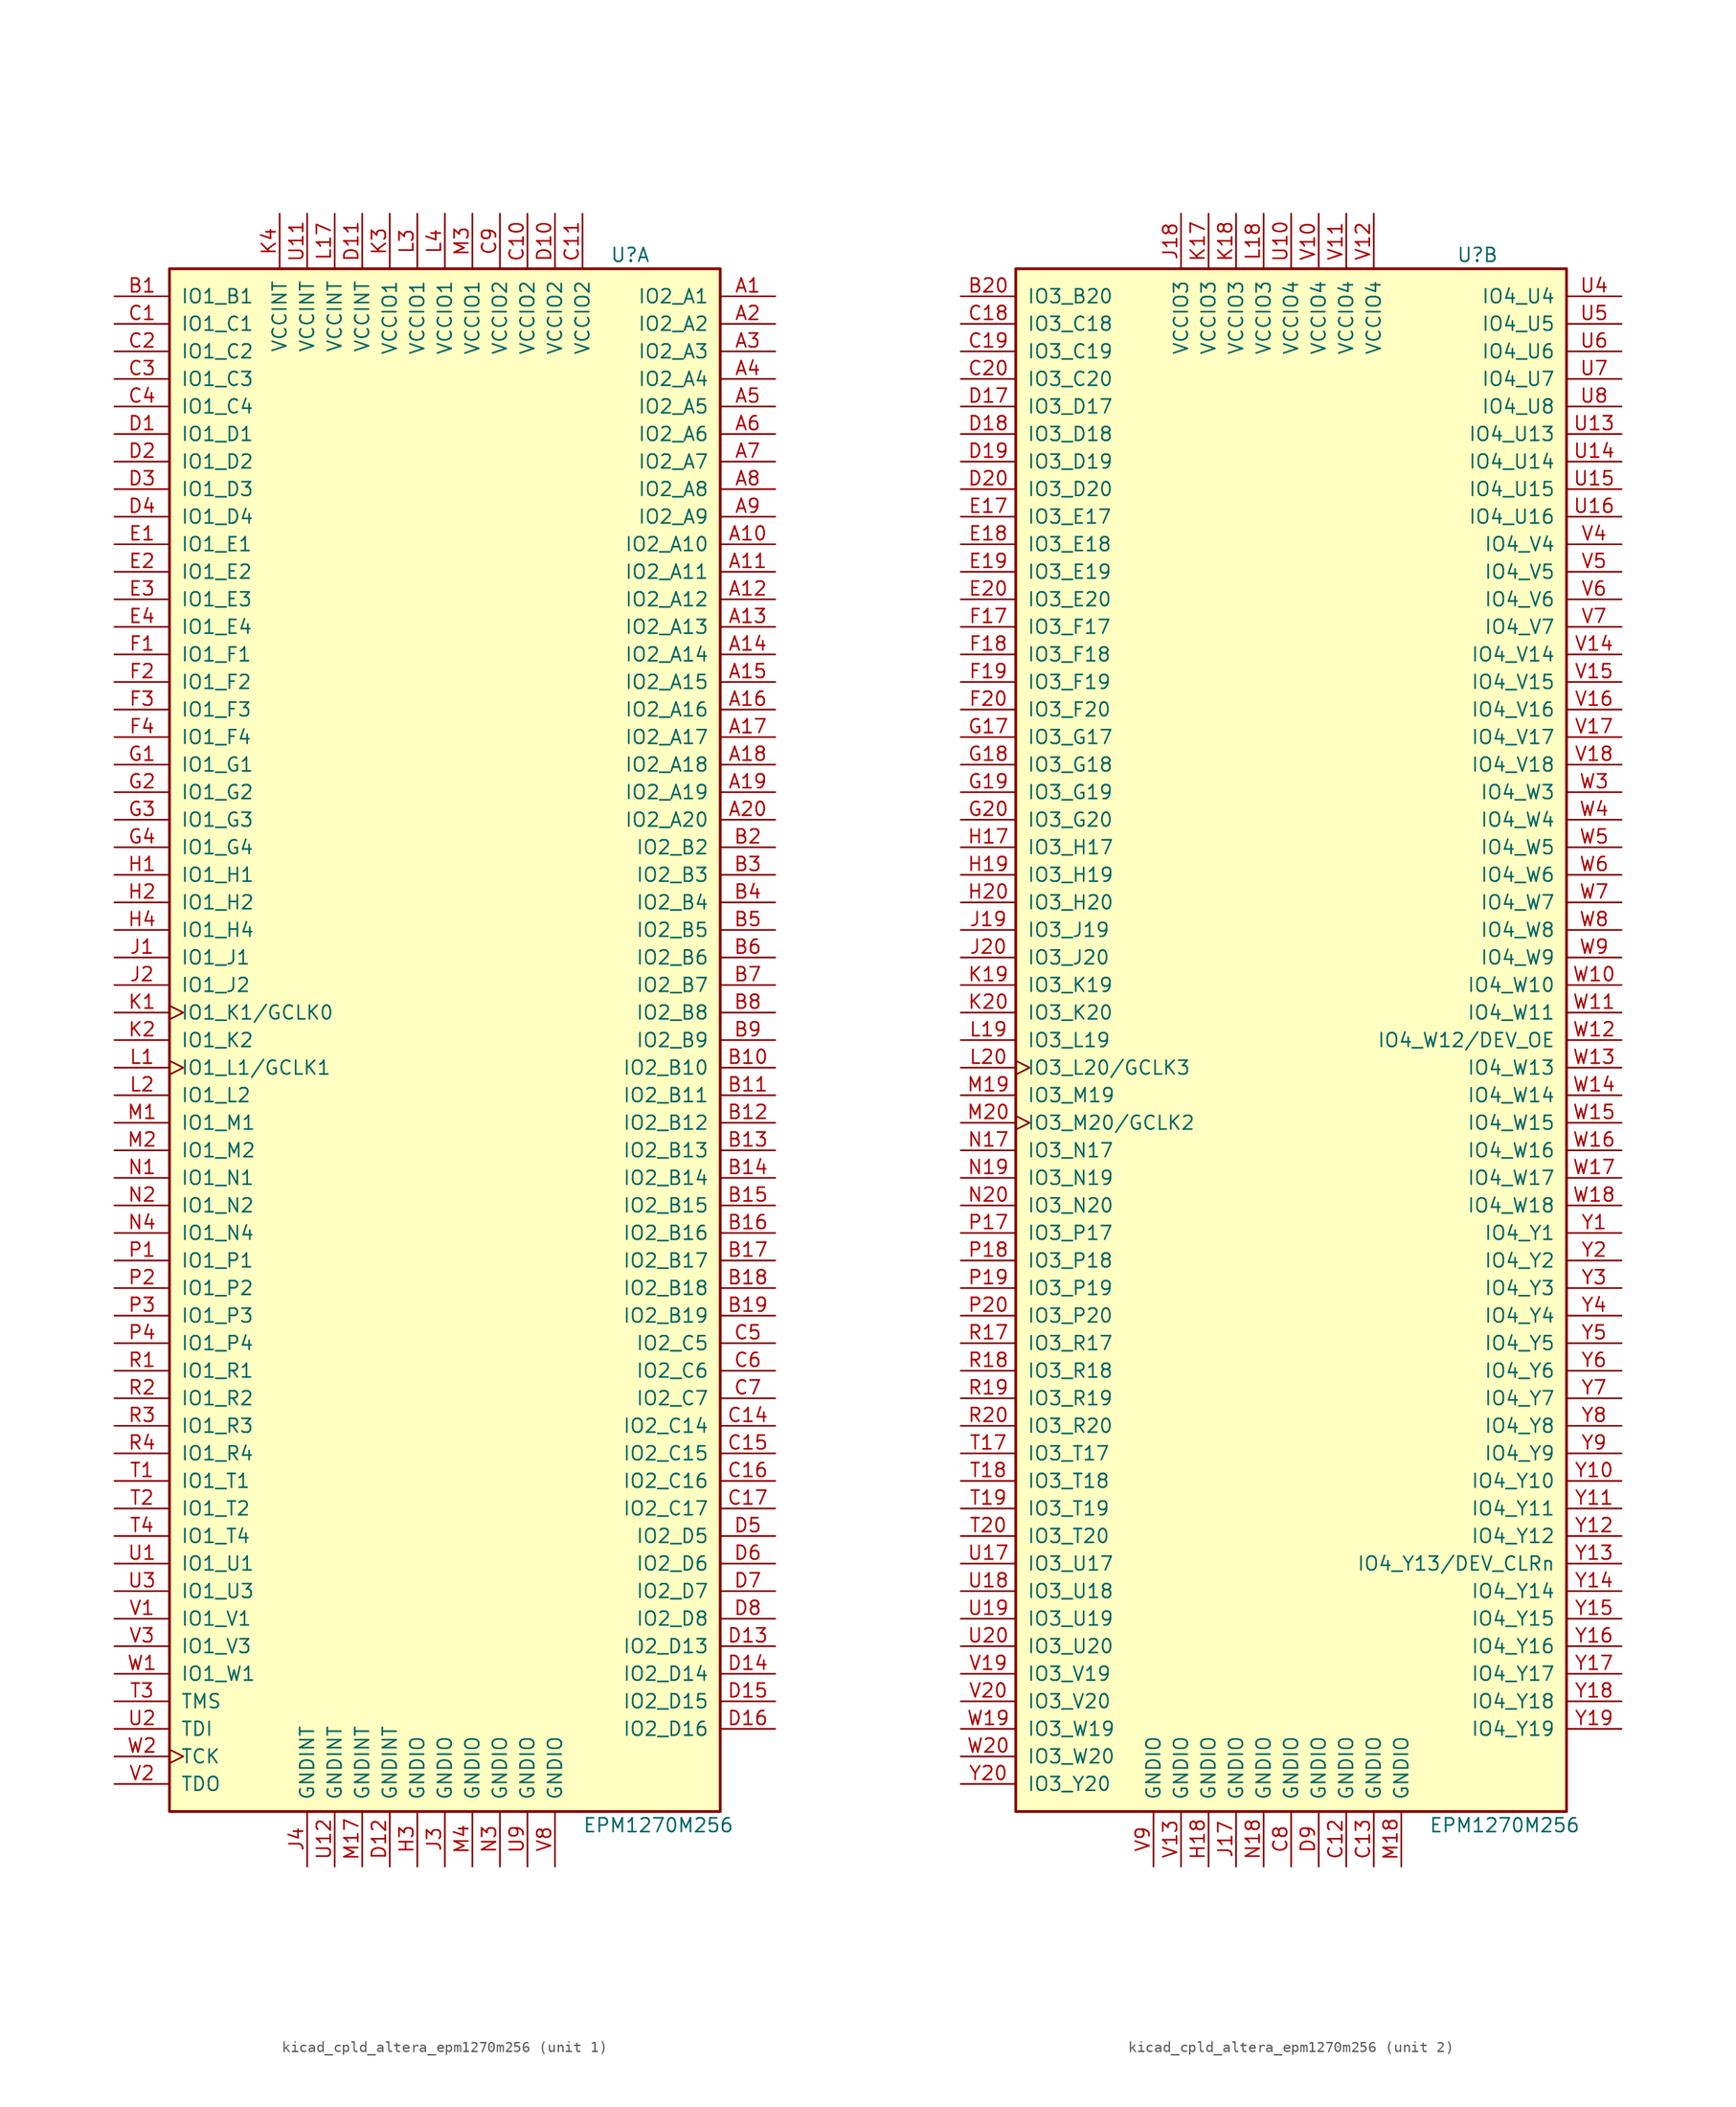
<source format=kicad_sym>
(kicad_symbol_lib
  (version 20220914)
  (generator kicad_symbol_editor)
  (symbol "kicad_cpld_altera_epm1270m256"
    (pin_names
      (offset 1.016))
    (property "Reference" "U"
      (at 15.24 72.39 0)
      (effects (font (size 1.27 1.27)) (justify left)))
    (property "Value" "EPM1270M256"
      (at 12.7 -72.39 0)
      (effects (font (size 1.27 1.27)) (justify left)))
    (property "ki_locked" ""
      (at 0 0 0)
      (effects (font (size 1.27 1.27))))
    (symbol "kicad_cpld_altera_epm1270m256_1_1"
      (rectangle (start -25.4 71.12) (end 25.4 -71.12) (stroke (width 0.254) (type default)) (fill (type background)))
      (pin bidirectional line (at 30.48 68.58 180) (length 5.08) (name "IO2_A1" (effects (font (size 1.27 1.27)))) (number "A1" (effects (font (size 1.27 1.27)))))
      (pin bidirectional line (at 30.48 45.72 180) (length 5.08) (name "IO2_A10" (effects (font (size 1.27 1.27)))) (number "A10" (effects (font (size 1.27 1.27)))))
      (pin bidirectional line (at 30.48 43.18 180) (length 5.08) (name "IO2_A11" (effects (font (size 1.27 1.27)))) (number "A11" (effects (font (size 1.27 1.27)))))
      (pin bidirectional line (at 30.48 40.64 180) (length 5.08) (name "IO2_A12" (effects (font (size 1.27 1.27)))) (number "A12" (effects (font (size 1.27 1.27)))))
      (pin bidirectional line (at 30.48 38.1 180) (length 5.08) (name "IO2_A13" (effects (font (size 1.27 1.27)))) (number "A13" (effects (font (size 1.27 1.27)))))
      (pin bidirectional line (at 30.48 35.56 180) (length 5.08) (name "IO2_A14" (effects (font (size 1.27 1.27)))) (number "A14" (effects (font (size 1.27 1.27)))))
      (pin bidirectional line (at 30.48 33.02 180) (length 5.08) (name "IO2_A15" (effects (font (size 1.27 1.27)))) (number "A15" (effects (font (size 1.27 1.27)))))
      (pin bidirectional line (at 30.48 30.48 180) (length 5.08) (name "IO2_A16" (effects (font (size 1.27 1.27)))) (number "A16" (effects (font (size 1.27 1.27)))))
      (pin bidirectional line (at 30.48 27.94 180) (length 5.08) (name "IO2_A17" (effects (font (size 1.27 1.27)))) (number "A17" (effects (font (size 1.27 1.27)))))
      (pin bidirectional line (at 30.48 25.4 180) (length 5.08) (name "IO2_A18" (effects (font (size 1.27 1.27)))) (number "A18" (effects (font (size 1.27 1.27)))))
      (pin bidirectional line (at 30.48 22.86 180) (length 5.08) (name "IO2_A19" (effects (font (size 1.27 1.27)))) (number "A19" (effects (font (size 1.27 1.27)))))
      (pin bidirectional line (at 30.48 66.04 180) (length 5.08) (name "IO2_A2" (effects (font (size 1.27 1.27)))) (number "A2" (effects (font (size 1.27 1.27)))))
      (pin bidirectional line (at 30.48 20.32 180) (length 5.08) (name "IO2_A20" (effects (font (size 1.27 1.27)))) (number "A20" (effects (font (size 1.27 1.27)))))
      (pin bidirectional line (at 30.48 63.5 180) (length 5.08) (name "IO2_A3" (effects (font (size 1.27 1.27)))) (number "A3" (effects (font (size 1.27 1.27)))))
      (pin bidirectional line (at 30.48 60.96 180) (length 5.08) (name "IO2_A4" (effects (font (size 1.27 1.27)))) (number "A4" (effects (font (size 1.27 1.27)))))
      (pin bidirectional line (at 30.48 58.42 180) (length 5.08) (name "IO2_A5" (effects (font (size 1.27 1.27)))) (number "A5" (effects (font (size 1.27 1.27)))))
      (pin bidirectional line (at 30.48 55.88 180) (length 5.08) (name "IO2_A6" (effects (font (size 1.27 1.27)))) (number "A6" (effects (font (size 1.27 1.27)))))
      (pin bidirectional line (at 30.48 53.34 180) (length 5.08) (name "IO2_A7" (effects (font (size 1.27 1.27)))) (number "A7" (effects (font (size 1.27 1.27)))))
      (pin bidirectional line (at 30.48 50.8 180) (length 5.08) (name "IO2_A8" (effects (font (size 1.27 1.27)))) (number "A8" (effects (font (size 1.27 1.27)))))
      (pin bidirectional line (at 30.48 48.26 180) (length 5.08) (name "IO2_A9" (effects (font (size 1.27 1.27)))) (number "A9" (effects (font (size 1.27 1.27)))))
      (pin bidirectional line (at -30.48 68.58 0) (length 5.08) (name "IO1_B1" (effects (font (size 1.27 1.27)))) (number "B1" (effects (font (size 1.27 1.27)))))
      (pin bidirectional line (at 30.48 -2.54 180) (length 5.08) (name "IO2_B10" (effects (font (size 1.27 1.27)))) (number "B10" (effects (font (size 1.27 1.27)))))
      (pin bidirectional line (at 30.48 -5.08 180) (length 5.08) (name "IO2_B11" (effects (font (size 1.27 1.27)))) (number "B11" (effects (font (size 1.27 1.27)))))
      (pin bidirectional line (at 30.48 -7.62 180) (length 5.08) (name "IO2_B12" (effects (font (size 1.27 1.27)))) (number "B12" (effects (font (size 1.27 1.27)))))
      (pin bidirectional line (at 30.48 -10.16 180) (length 5.08) (name "IO2_B13" (effects (font (size 1.27 1.27)))) (number "B13" (effects (font (size 1.27 1.27)))))
      (pin bidirectional line (at 30.48 -12.7 180) (length 5.08) (name "IO2_B14" (effects (font (size 1.27 1.27)))) (number "B14" (effects (font (size 1.27 1.27)))))
      (pin bidirectional line (at 30.48 -15.24 180) (length 5.08) (name "IO2_B15" (effects (font (size 1.27 1.27)))) (number "B15" (effects (font (size 1.27 1.27)))))
      (pin bidirectional line (at 30.48 -17.78 180) (length 5.08) (name "IO2_B16" (effects (font (size 1.27 1.27)))) (number "B16" (effects (font (size 1.27 1.27)))))
      (pin bidirectional line (at 30.48 -20.32 180) (length 5.08) (name "IO2_B17" (effects (font (size 1.27 1.27)))) (number "B17" (effects (font (size 1.27 1.27)))))
      (pin bidirectional line (at 30.48 -22.86 180) (length 5.08) (name "IO2_B18" (effects (font (size 1.27 1.27)))) (number "B18" (effects (font (size 1.27 1.27)))))
      (pin bidirectional line (at 30.48 -25.4 180) (length 5.08) (name "IO2_B19" (effects (font (size 1.27 1.27)))) (number "B19" (effects (font (size 1.27 1.27)))))
      (pin bidirectional line (at 30.48 17.78 180) (length 5.08) (name "IO2_B2" (effects (font (size 1.27 1.27)))) (number "B2" (effects (font (size 1.27 1.27)))))
      (pin bidirectional line (at 30.48 15.24 180) (length 5.08) (name "IO2_B3" (effects (font (size 1.27 1.27)))) (number "B3" (effects (font (size 1.27 1.27)))))
      (pin bidirectional line (at 30.48 12.7 180) (length 5.08) (name "IO2_B4" (effects (font (size 1.27 1.27)))) (number "B4" (effects (font (size 1.27 1.27)))))
      (pin bidirectional line (at 30.48 10.16 180) (length 5.08) (name "IO2_B5" (effects (font (size 1.27 1.27)))) (number "B5" (effects (font (size 1.27 1.27)))))
      (pin bidirectional line (at 30.48 7.62 180) (length 5.08) (name "IO2_B6" (effects (font (size 1.27 1.27)))) (number "B6" (effects (font (size 1.27 1.27)))))
      (pin bidirectional line (at 30.48 5.08 180) (length 5.08) (name "IO2_B7" (effects (font (size 1.27 1.27)))) (number "B7" (effects (font (size 1.27 1.27)))))
      (pin bidirectional line (at 30.48 2.54 180) (length 5.08) (name "IO2_B8" (effects (font (size 1.27 1.27)))) (number "B8" (effects (font (size 1.27 1.27)))))
      (pin bidirectional line (at 30.48 0 180) (length 5.08) (name "IO2_B9" (effects (font (size 1.27 1.27)))) (number "B9" (effects (font (size 1.27 1.27)))))
      (pin bidirectional line (at -30.48 66.04 0) (length 5.08) (name "IO1_C1" (effects (font (size 1.27 1.27)))) (number "C1" (effects (font (size 1.27 1.27)))))
      (pin power_in line (at 7.62 76.2 270) (length 5.08) (name "VCCIO2" (effects (font (size 1.27 1.27)))) (number "C10" (effects (font (size 1.27 1.27)))))
      (pin power_in line (at 12.7 76.2 270) (length 5.08) (name "VCCIO2" (effects (font (size 1.27 1.27)))) (number "C11" (effects (font (size 1.27 1.27)))))
      (pin bidirectional line (at 30.48 -35.56 180) (length 5.08) (name "IO2_C14" (effects (font (size 1.27 1.27)))) (number "C14" (effects (font (size 1.27 1.27)))))
      (pin bidirectional line (at 30.48 -38.1 180) (length 5.08) (name "IO2_C15" (effects (font (size 1.27 1.27)))) (number "C15" (effects (font (size 1.27 1.27)))))
      (pin bidirectional line (at 30.48 -40.64 180) (length 5.08) (name "IO2_C16" (effects (font (size 1.27 1.27)))) (number "C16" (effects (font (size 1.27 1.27)))))
      (pin bidirectional line (at 30.48 -43.18 180) (length 5.08) (name "IO2_C17" (effects (font (size 1.27 1.27)))) (number "C17" (effects (font (size 1.27 1.27)))))
      (pin bidirectional line (at -30.48 63.5 0) (length 5.08) (name "IO1_C2" (effects (font (size 1.27 1.27)))) (number "C2" (effects (font (size 1.27 1.27)))))
      (pin bidirectional line (at -30.48 60.96 0) (length 5.08) (name "IO1_C3" (effects (font (size 1.27 1.27)))) (number "C3" (effects (font (size 1.27 1.27)))))
      (pin bidirectional line (at -30.48 58.42 0) (length 5.08) (name "IO1_C4" (effects (font (size 1.27 1.27)))) (number "C4" (effects (font (size 1.27 1.27)))))
      (pin bidirectional line (at 30.48 -27.94 180) (length 5.08) (name "IO2_C5" (effects (font (size 1.27 1.27)))) (number "C5" (effects (font (size 1.27 1.27)))))
      (pin bidirectional line (at 30.48 -30.48 180) (length 5.08) (name "IO2_C6" (effects (font (size 1.27 1.27)))) (number "C6" (effects (font (size 1.27 1.27)))))
      (pin bidirectional line (at 30.48 -33.02 180) (length 5.08) (name "IO2_C7" (effects (font (size 1.27 1.27)))) (number "C7" (effects (font (size 1.27 1.27)))))
      (pin power_in line (at 5.08 76.2 270) (length 5.08) (name "VCCIO2" (effects (font (size 1.27 1.27)))) (number "C9" (effects (font (size 1.27 1.27)))))
      (pin bidirectional line (at -30.48 55.88 0) (length 5.08) (name "IO1_D1" (effects (font (size 1.27 1.27)))) (number "D1" (effects (font (size 1.27 1.27)))))
      (pin power_in line (at 10.16 76.2 270) (length 5.08) (name "VCCIO2" (effects (font (size 1.27 1.27)))) (number "D10" (effects (font (size 1.27 1.27)))))
      (pin power_in line (at -7.62 76.2 270) (length 5.08) (name "VCCINT" (effects (font (size 1.27 1.27)))) (number "D11" (effects (font (size 1.27 1.27)))))
      (pin power_in line (at -5.08 -76.2 90) (length 5.08) (name "GNDINT" (effects (font (size 1.27 1.27)))) (number "D12" (effects (font (size 1.27 1.27)))))
      (pin bidirectional line (at 30.48 -55.88 180) (length 5.08) (name "IO2_D13" (effects (font (size 1.27 1.27)))) (number "D13" (effects (font (size 1.27 1.27)))))
      (pin bidirectional line (at 30.48 -58.42 180) (length 5.08) (name "IO2_D14" (effects (font (size 1.27 1.27)))) (number "D14" (effects (font (size 1.27 1.27)))))
      (pin bidirectional line (at 30.48 -60.96 180) (length 5.08) (name "IO2_D15" (effects (font (size 1.27 1.27)))) (number "D15" (effects (font (size 1.27 1.27)))))
      (pin bidirectional line (at 30.48 -63.5 180) (length 5.08) (name "IO2_D16" (effects (font (size 1.27 1.27)))) (number "D16" (effects (font (size 1.27 1.27)))))
      (pin bidirectional line (at -30.48 53.34 0) (length 5.08) (name "IO1_D2" (effects (font (size 1.27 1.27)))) (number "D2" (effects (font (size 1.27 1.27)))))
      (pin bidirectional line (at -30.48 50.8 0) (length 5.08) (name "IO1_D3" (effects (font (size 1.27 1.27)))) (number "D3" (effects (font (size 1.27 1.27)))))
      (pin bidirectional line (at -30.48 48.26 0) (length 5.08) (name "IO1_D4" (effects (font (size 1.27 1.27)))) (number "D4" (effects (font (size 1.27 1.27)))))
      (pin bidirectional line (at 30.48 -45.72 180) (length 5.08) (name "IO2_D5" (effects (font (size 1.27 1.27)))) (number "D5" (effects (font (size 1.27 1.27)))))
      (pin bidirectional line (at 30.48 -48.26 180) (length 5.08) (name "IO2_D6" (effects (font (size 1.27 1.27)))) (number "D6" (effects (font (size 1.27 1.27)))))
      (pin bidirectional line (at 30.48 -50.8 180) (length 5.08) (name "IO2_D7" (effects (font (size 1.27 1.27)))) (number "D7" (effects (font (size 1.27 1.27)))))
      (pin bidirectional line (at 30.48 -53.34 180) (length 5.08) (name "IO2_D8" (effects (font (size 1.27 1.27)))) (number "D8" (effects (font (size 1.27 1.27)))))
      (pin bidirectional line (at -30.48 45.72 0) (length 5.08) (name "IO1_E1" (effects (font (size 1.27 1.27)))) (number "E1" (effects (font (size 1.27 1.27)))))
      (pin bidirectional line (at -30.48 43.18 0) (length 5.08) (name "IO1_E2" (effects (font (size 1.27 1.27)))) (number "E2" (effects (font (size 1.27 1.27)))))
      (pin bidirectional line (at -30.48 40.64 0) (length 5.08) (name "IO1_E3" (effects (font (size 1.27 1.27)))) (number "E3" (effects (font (size 1.27 1.27)))))
      (pin bidirectional line (at -30.48 38.1 0) (length 5.08) (name "IO1_E4" (effects (font (size 1.27 1.27)))) (number "E4" (effects (font (size 1.27 1.27)))))
      (pin bidirectional line (at -30.48 35.56 0) (length 5.08) (name "IO1_F1" (effects (font (size 1.27 1.27)))) (number "F1" (effects (font (size 1.27 1.27)))))
      (pin bidirectional line (at -30.48 33.02 0) (length 5.08) (name "IO1_F2" (effects (font (size 1.27 1.27)))) (number "F2" (effects (font (size 1.27 1.27)))))
      (pin bidirectional line (at -30.48 30.48 0) (length 5.08) (name "IO1_F3" (effects (font (size 1.27 1.27)))) (number "F3" (effects (font (size 1.27 1.27)))))
      (pin bidirectional line (at -30.48 27.94 0) (length 5.08) (name "IO1_F4" (effects (font (size 1.27 1.27)))) (number "F4" (effects (font (size 1.27 1.27)))))
      (pin bidirectional line (at -30.48 25.4 0) (length 5.08) (name "IO1_G1" (effects (font (size 1.27 1.27)))) (number "G1" (effects (font (size 1.27 1.27)))))
      (pin bidirectional line (at -30.48 22.86 0) (length 5.08) (name "IO1_G2" (effects (font (size 1.27 1.27)))) (number "G2" (effects (font (size 1.27 1.27)))))
      (pin bidirectional line (at -30.48 20.32 0) (length 5.08) (name "IO1_G3" (effects (font (size 1.27 1.27)))) (number "G3" (effects (font (size 1.27 1.27)))))
      (pin bidirectional line (at -30.48 17.78 0) (length 5.08) (name "IO1_G4" (effects (font (size 1.27 1.27)))) (number "G4" (effects (font (size 1.27 1.27)))))
      (pin bidirectional line (at -30.48 15.24 0) (length 5.08) (name "IO1_H1" (effects (font (size 1.27 1.27)))) (number "H1" (effects (font (size 1.27 1.27)))))
      (pin bidirectional line (at -30.48 12.7 0) (length 5.08) (name "IO1_H2" (effects (font (size 1.27 1.27)))) (number "H2" (effects (font (size 1.27 1.27)))))
      (pin power_in line (at -2.54 -76.2 90) (length 5.08) (name "GNDIO" (effects (font (size 1.27 1.27)))) (number "H3" (effects (font (size 1.27 1.27)))))
      (pin bidirectional line (at -30.48 10.16 0) (length 5.08) (name "IO1_H4" (effects (font (size 1.27 1.27)))) (number "H4" (effects (font (size 1.27 1.27)))))
      (pin bidirectional line (at -30.48 7.62 0) (length 5.08) (name "IO1_J1" (effects (font (size 1.27 1.27)))) (number "J1" (effects (font (size 1.27 1.27)))))
      (pin bidirectional line (at -30.48 5.08 0) (length 5.08) (name "IO1_J2" (effects (font (size 1.27 1.27)))) (number "J2" (effects (font (size 1.27 1.27)))))
      (pin power_in line (at 0 -76.2 90) (length 5.08) (name "GNDIO" (effects (font (size 1.27 1.27)))) (number "J3" (effects (font (size 1.27 1.27)))))
      (pin power_in line (at -12.7 -76.2 90) (length 5.08) (name "GNDINT" (effects (font (size 1.27 1.27)))) (number "J4" (effects (font (size 1.27 1.27)))))
      (pin bidirectional clock (at -30.48 2.54 0) (length 5.08) (name "IO1_K1/GCLK0" (effects (font (size 1.27 1.27)))) (number "K1" (effects (font (size 1.27 1.27)))))
      (pin bidirectional line (at -30.48 0 0) (length 5.08) (name "IO1_K2" (effects (font (size 1.27 1.27)))) (number "K2" (effects (font (size 1.27 1.27)))))
      (pin power_in line (at -5.08 76.2 270) (length 5.08) (name "VCCIO1" (effects (font (size 1.27 1.27)))) (number "K3" (effects (font (size 1.27 1.27)))))
      (pin power_in line (at -15.24 76.2 270) (length 5.08) (name "VCCINT" (effects (font (size 1.27 1.27)))) (number "K4" (effects (font (size 1.27 1.27)))))
      (pin bidirectional clock (at -30.48 -2.54 0) (length 5.08) (name "IO1_L1/GCLK1" (effects (font (size 1.27 1.27)))) (number "L1" (effects (font (size 1.27 1.27)))))
      (pin power_in line (at -10.16 76.2 270) (length 5.08) (name "VCCINT" (effects (font (size 1.27 1.27)))) (number "L17" (effects (font (size 1.27 1.27)))))
      (pin bidirectional line (at -30.48 -5.08 0) (length 5.08) (name "IO1_L2" (effects (font (size 1.27 1.27)))) (number "L2" (effects (font (size 1.27 1.27)))))
      (pin power_in line (at -2.54 76.2 270) (length 5.08) (name "VCCIO1" (effects (font (size 1.27 1.27)))) (number "L3" (effects (font (size 1.27 1.27)))))
      (pin power_in line (at 0 76.2 270) (length 5.08) (name "VCCIO1" (effects (font (size 1.27 1.27)))) (number "L4" (effects (font (size 1.27 1.27)))))
      (pin bidirectional line (at -30.48 -7.62 0) (length 5.08) (name "IO1_M1" (effects (font (size 1.27 1.27)))) (number "M1" (effects (font (size 1.27 1.27)))))
      (pin power_in line (at -7.62 -76.2 90) (length 5.08) (name "GNDINT" (effects (font (size 1.27 1.27)))) (number "M17" (effects (font (size 1.27 1.27)))))
      (pin bidirectional line (at -30.48 -10.16 0) (length 5.08) (name "IO1_M2" (effects (font (size 1.27 1.27)))) (number "M2" (effects (font (size 1.27 1.27)))))
      (pin power_in line (at 2.54 76.2 270) (length 5.08) (name "VCCIO1" (effects (font (size 1.27 1.27)))) (number "M3" (effects (font (size 1.27 1.27)))))
      (pin power_in line (at 2.54 -76.2 90) (length 5.08) (name "GNDIO" (effects (font (size 1.27 1.27)))) (number "M4" (effects (font (size 1.27 1.27)))))
      (pin bidirectional line (at -30.48 -12.7 0) (length 5.08) (name "IO1_N1" (effects (font (size 1.27 1.27)))) (number "N1" (effects (font (size 1.27 1.27)))))
      (pin bidirectional line (at -30.48 -15.24 0) (length 5.08) (name "IO1_N2" (effects (font (size 1.27 1.27)))) (number "N2" (effects (font (size 1.27 1.27)))))
      (pin power_in line (at 5.08 -76.2 90) (length 5.08) (name "GNDIO" (effects (font (size 1.27 1.27)))) (number "N3" (effects (font (size 1.27 1.27)))))
      (pin bidirectional line (at -30.48 -17.78 0) (length 5.08) (name "IO1_N4" (effects (font (size 1.27 1.27)))) (number "N4" (effects (font (size 1.27 1.27)))))
      (pin bidirectional line (at -30.48 -20.32 0) (length 5.08) (name "IO1_P1" (effects (font (size 1.27 1.27)))) (number "P1" (effects (font (size 1.27 1.27)))))
      (pin bidirectional line (at -30.48 -22.86 0) (length 5.08) (name "IO1_P2" (effects (font (size 1.27 1.27)))) (number "P2" (effects (font (size 1.27 1.27)))))
      (pin bidirectional line (at -30.48 -25.4 0) (length 5.08) (name "IO1_P3" (effects (font (size 1.27 1.27)))) (number "P3" (effects (font (size 1.27 1.27)))))
      (pin bidirectional line (at -30.48 -27.94 0) (length 5.08) (name "IO1_P4" (effects (font (size 1.27 1.27)))) (number "P4" (effects (font (size 1.27 1.27)))))
      (pin bidirectional line (at -30.48 -30.48 0) (length 5.08) (name "IO1_R1" (effects (font (size 1.27 1.27)))) (number "R1" (effects (font (size 1.27 1.27)))))
      (pin bidirectional line (at -30.48 -33.02 0) (length 5.08) (name "IO1_R2" (effects (font (size 1.27 1.27)))) (number "R2" (effects (font (size 1.27 1.27)))))
      (pin bidirectional line (at -30.48 -35.56 0) (length 5.08) (name "IO1_R3" (effects (font (size 1.27 1.27)))) (number "R3" (effects (font (size 1.27 1.27)))))
      (pin bidirectional line (at -30.48 -38.1 0) (length 5.08) (name "IO1_R4" (effects (font (size 1.27 1.27)))) (number "R4" (effects (font (size 1.27 1.27)))))
      (pin bidirectional line (at -30.48 -40.64 0) (length 5.08) (name "IO1_T1" (effects (font (size 1.27 1.27)))) (number "T1" (effects (font (size 1.27 1.27)))))
      (pin bidirectional line (at -30.48 -43.18 0) (length 5.08) (name "IO1_T2" (effects (font (size 1.27 1.27)))) (number "T2" (effects (font (size 1.27 1.27)))))
      (pin input line (at -30.48 -60.96 0) (length 5.08) (name "TMS" (effects (font (size 1.27 1.27)))) (number "T3" (effects (font (size 1.27 1.27)))))
      (pin bidirectional line (at -30.48 -45.72 0) (length 5.08) (name "IO1_T4" (effects (font (size 1.27 1.27)))) (number "T4" (effects (font (size 1.27 1.27)))))
      (pin bidirectional line (at -30.48 -48.26 0) (length 5.08) (name "IO1_U1" (effects (font (size 1.27 1.27)))) (number "U1" (effects (font (size 1.27 1.27)))))
      (pin power_in line (at -12.7 76.2 270) (length 5.08) (name "VCCINT" (effects (font (size 1.27 1.27)))) (number "U11" (effects (font (size 1.27 1.27)))))
      (pin power_in line (at -10.16 -76.2 90) (length 5.08) (name "GNDINT" (effects (font (size 1.27 1.27)))) (number "U12" (effects (font (size 1.27 1.27)))))
      (pin input line (at -30.48 -63.5 0) (length 5.08) (name "TDI" (effects (font (size 1.27 1.27)))) (number "U2" (effects (font (size 1.27 1.27)))))
      (pin bidirectional line (at -30.48 -50.8 0) (length 5.08) (name "IO1_U3" (effects (font (size 1.27 1.27)))) (number "U3" (effects (font (size 1.27 1.27)))))
      (pin power_in line (at 7.62 -76.2 90) (length 5.08) (name "GNDIO" (effects (font (size 1.27 1.27)))) (number "U9" (effects (font (size 1.27 1.27)))))
      (pin bidirectional line (at -30.48 -53.34 0) (length 5.08) (name "IO1_V1" (effects (font (size 1.27 1.27)))) (number "V1" (effects (font (size 1.27 1.27)))))
      (pin output line (at -30.48 -68.58 0) (length 5.08) (name "TDO" (effects (font (size 1.27 1.27)))) (number "V2" (effects (font (size 1.27 1.27)))))
      (pin bidirectional line (at -30.48 -55.88 0) (length 5.08) (name "IO1_V3" (effects (font (size 1.27 1.27)))) (number "V3" (effects (font (size 1.27 1.27)))))
      (pin power_in line (at 10.16 -76.2 90) (length 5.08) (name "GNDIO" (effects (font (size 1.27 1.27)))) (number "V8" (effects (font (size 1.27 1.27)))))
      (pin bidirectional line (at -30.48 -58.42 0) (length 5.08) (name "IO1_W1" (effects (font (size 1.27 1.27)))) (number "W1" (effects (font (size 1.27 1.27)))))
      (pin input clock (at -30.48 -66.04 0) (length 5.08) (name "TCK" (effects (font (size 1.27 1.27)))) (number "W2" (effects (font (size 1.27 1.27))))))
    (symbol "kicad_cpld_altera_epm1270m256_2_1"
      (rectangle (start -25.4 71.12) (end 25.4 -71.12) (stroke (width 0.254) (type default)) (fill (type background)))
      (pin bidirectional line (at -30.48 68.58 0) (length 5.08) (name "IO3_B20" (effects (font (size 1.27 1.27)))) (number "B20" (effects (font (size 1.27 1.27)))))
      (pin power_in line (at 5.08 -76.2 90) (length 5.08) (name "GNDIO" (effects (font (size 1.27 1.27)))) (number "C12" (effects (font (size 1.27 1.27)))))
      (pin power_in line (at 7.62 -76.2 90) (length 5.08) (name "GNDIO" (effects (font (size 1.27 1.27)))) (number "C13" (effects (font (size 1.27 1.27)))))
      (pin bidirectional line (at -30.48 66.04 0) (length 5.08) (name "IO3_C18" (effects (font (size 1.27 1.27)))) (number "C18" (effects (font (size 1.27 1.27)))))
      (pin bidirectional line (at -30.48 63.5 0) (length 5.08) (name "IO3_C19" (effects (font (size 1.27 1.27)))) (number "C19" (effects (font (size 1.27 1.27)))))
      (pin bidirectional line (at -30.48 60.96 0) (length 5.08) (name "IO3_C20" (effects (font (size 1.27 1.27)))) (number "C20" (effects (font (size 1.27 1.27)))))
      (pin power_in line (at 0 -76.2 90) (length 5.08) (name "GNDIO" (effects (font (size 1.27 1.27)))) (number "C8" (effects (font (size 1.27 1.27)))))
      (pin bidirectional line (at -30.48 58.42 0) (length 5.08) (name "IO3_D17" (effects (font (size 1.27 1.27)))) (number "D17" (effects (font (size 1.27 1.27)))))
      (pin bidirectional line (at -30.48 55.88 0) (length 5.08) (name "IO3_D18" (effects (font (size 1.27 1.27)))) (number "D18" (effects (font (size 1.27 1.27)))))
      (pin bidirectional line (at -30.48 53.34 0) (length 5.08) (name "IO3_D19" (effects (font (size 1.27 1.27)))) (number "D19" (effects (font (size 1.27 1.27)))))
      (pin bidirectional line (at -30.48 50.8 0) (length 5.08) (name "IO3_D20" (effects (font (size 1.27 1.27)))) (number "D20" (effects (font (size 1.27 1.27)))))
      (pin power_in line (at 2.54 -76.2 90) (length 5.08) (name "GNDIO" (effects (font (size 1.27 1.27)))) (number "D9" (effects (font (size 1.27 1.27)))))
      (pin bidirectional line (at -30.48 48.26 0) (length 5.08) (name "IO3_E17" (effects (font (size 1.27 1.27)))) (number "E17" (effects (font (size 1.27 1.27)))))
      (pin bidirectional line (at -30.48 45.72 0) (length 5.08) (name "IO3_E18" (effects (font (size 1.27 1.27)))) (number "E18" (effects (font (size 1.27 1.27)))))
      (pin bidirectional line (at -30.48 43.18 0) (length 5.08) (name "IO3_E19" (effects (font (size 1.27 1.27)))) (number "E19" (effects (font (size 1.27 1.27)))))
      (pin bidirectional line (at -30.48 40.64 0) (length 5.08) (name "IO3_E20" (effects (font (size 1.27 1.27)))) (number "E20" (effects (font (size 1.27 1.27)))))
      (pin bidirectional line (at -30.48 38.1 0) (length 5.08) (name "IO3_F17" (effects (font (size 1.27 1.27)))) (number "F17" (effects (font (size 1.27 1.27)))))
      (pin bidirectional line (at -30.48 35.56 0) (length 5.08) (name "IO3_F18" (effects (font (size 1.27 1.27)))) (number "F18" (effects (font (size 1.27 1.27)))))
      (pin bidirectional line (at -30.48 33.02 0) (length 5.08) (name "IO3_F19" (effects (font (size 1.27 1.27)))) (number "F19" (effects (font (size 1.27 1.27)))))
      (pin bidirectional line (at -30.48 30.48 0) (length 5.08) (name "IO3_F20" (effects (font (size 1.27 1.27)))) (number "F20" (effects (font (size 1.27 1.27)))))
      (pin bidirectional line (at -30.48 27.94 0) (length 5.08) (name "IO3_G17" (effects (font (size 1.27 1.27)))) (number "G17" (effects (font (size 1.27 1.27)))))
      (pin bidirectional line (at -30.48 25.4 0) (length 5.08) (name "IO3_G18" (effects (font (size 1.27 1.27)))) (number "G18" (effects (font (size 1.27 1.27)))))
      (pin bidirectional line (at -30.48 22.86 0) (length 5.08) (name "IO3_G19" (effects (font (size 1.27 1.27)))) (number "G19" (effects (font (size 1.27 1.27)))))
      (pin bidirectional line (at -30.48 20.32 0) (length 5.08) (name "IO3_G20" (effects (font (size 1.27 1.27)))) (number "G20" (effects (font (size 1.27 1.27)))))
      (pin bidirectional line (at -30.48 17.78 0) (length 5.08) (name "IO3_H17" (effects (font (size 1.27 1.27)))) (number "H17" (effects (font (size 1.27 1.27)))))
      (pin power_in line (at -7.62 -76.2 90) (length 5.08) (name "GNDIO" (effects (font (size 1.27 1.27)))) (number "H18" (effects (font (size 1.27 1.27)))))
      (pin bidirectional line (at -30.48 15.24 0) (length 5.08) (name "IO3_H19" (effects (font (size 1.27 1.27)))) (number "H19" (effects (font (size 1.27 1.27)))))
      (pin bidirectional line (at -30.48 12.7 0) (length 5.08) (name "IO3_H20" (effects (font (size 1.27 1.27)))) (number "H20" (effects (font (size 1.27 1.27)))))
      (pin power_in line (at -5.08 -76.2 90) (length 5.08) (name "GNDIO" (effects (font (size 1.27 1.27)))) (number "J17" (effects (font (size 1.27 1.27)))))
      (pin power_in line (at -10.16 76.2 270) (length 5.08) (name "VCCIO3" (effects (font (size 1.27 1.27)))) (number "J18" (effects (font (size 1.27 1.27)))))
      (pin bidirectional line (at -30.48 10.16 0) (length 5.08) (name "IO3_J19" (effects (font (size 1.27 1.27)))) (number "J19" (effects (font (size 1.27 1.27)))))
      (pin bidirectional line (at -30.48 7.62 0) (length 5.08) (name "IO3_J20" (effects (font (size 1.27 1.27)))) (number "J20" (effects (font (size 1.27 1.27)))))
      (pin power_in line (at -7.62 76.2 270) (length 5.08) (name "VCCIO3" (effects (font (size 1.27 1.27)))) (number "K17" (effects (font (size 1.27 1.27)))))
      (pin power_in line (at -5.08 76.2 270) (length 5.08) (name "VCCIO3" (effects (font (size 1.27 1.27)))) (number "K18" (effects (font (size 1.27 1.27)))))
      (pin bidirectional line (at -30.48 5.08 0) (length 5.08) (name "IO3_K19" (effects (font (size 1.27 1.27)))) (number "K19" (effects (font (size 1.27 1.27)))))
      (pin bidirectional line (at -30.48 2.54 0) (length 5.08) (name "IO3_K20" (effects (font (size 1.27 1.27)))) (number "K20" (effects (font (size 1.27 1.27)))))
      (pin power_in line (at -2.54 76.2 270) (length 5.08) (name "VCCIO3" (effects (font (size 1.27 1.27)))) (number "L18" (effects (font (size 1.27 1.27)))))
      (pin bidirectional line (at -30.48 0 0) (length 5.08) (name "IO3_L19" (effects (font (size 1.27 1.27)))) (number "L19" (effects (font (size 1.27 1.27)))))
      (pin bidirectional clock (at -30.48 -2.54 0) (length 5.08) (name "IO3_L20/GCLK3" (effects (font (size 1.27 1.27)))) (number "L20" (effects (font (size 1.27 1.27)))))
      (pin power_in line (at 10.16 -76.2 90) (length 5.08) (name "GNDIO" (effects (font (size 1.27 1.27)))) (number "M18" (effects (font (size 1.27 1.27)))))
      (pin bidirectional line (at -30.48 -5.08 0) (length 5.08) (name "IO3_M19" (effects (font (size 1.27 1.27)))) (number "M19" (effects (font (size 1.27 1.27)))))
      (pin bidirectional clock (at -30.48 -7.62 0) (length 5.08) (name "IO3_M20/GCLK2" (effects (font (size 1.27 1.27)))) (number "M20" (effects (font (size 1.27 1.27)))))
      (pin bidirectional line (at -30.48 -10.16 0) (length 5.08) (name "IO3_N17" (effects (font (size 1.27 1.27)))) (number "N17" (effects (font (size 1.27 1.27)))))
      (pin power_in line (at -2.54 -76.2 90) (length 5.08) (name "GNDIO" (effects (font (size 1.27 1.27)))) (number "N18" (effects (font (size 1.27 1.27)))))
      (pin bidirectional line (at -30.48 -12.7 0) (length 5.08) (name "IO3_N19" (effects (font (size 1.27 1.27)))) (number "N19" (effects (font (size 1.27 1.27)))))
      (pin bidirectional line (at -30.48 -15.24 0) (length 5.08) (name "IO3_N20" (effects (font (size 1.27 1.27)))) (number "N20" (effects (font (size 1.27 1.27)))))
      (pin bidirectional line (at -30.48 -17.78 0) (length 5.08) (name "IO3_P17" (effects (font (size 1.27 1.27)))) (number "P17" (effects (font (size 1.27 1.27)))))
      (pin bidirectional line (at -30.48 -20.32 0) (length 5.08) (name "IO3_P18" (effects (font (size 1.27 1.27)))) (number "P18" (effects (font (size 1.27 1.27)))))
      (pin bidirectional line (at -30.48 -22.86 0) (length 5.08) (name "IO3_P19" (effects (font (size 1.27 1.27)))) (number "P19" (effects (font (size 1.27 1.27)))))
      (pin bidirectional line (at -30.48 -25.4 0) (length 5.08) (name "IO3_P20" (effects (font (size 1.27 1.27)))) (number "P20" (effects (font (size 1.27 1.27)))))
      (pin bidirectional line (at -30.48 -27.94 0) (length 5.08) (name "IO3_R17" (effects (font (size 1.27 1.27)))) (number "R17" (effects (font (size 1.27 1.27)))))
      (pin bidirectional line (at -30.48 -30.48 0) (length 5.08) (name "IO3_R18" (effects (font (size 1.27 1.27)))) (number "R18" (effects (font (size 1.27 1.27)))))
      (pin bidirectional line (at -30.48 -33.02 0) (length 5.08) (name "IO3_R19" (effects (font (size 1.27 1.27)))) (number "R19" (effects (font (size 1.27 1.27)))))
      (pin bidirectional line (at -30.48 -35.56 0) (length 5.08) (name "IO3_R20" (effects (font (size 1.27 1.27)))) (number "R20" (effects (font (size 1.27 1.27)))))
      (pin bidirectional line (at -30.48 -38.1 0) (length 5.08) (name "IO3_T17" (effects (font (size 1.27 1.27)))) (number "T17" (effects (font (size 1.27 1.27)))))
      (pin bidirectional line (at -30.48 -40.64 0) (length 5.08) (name "IO3_T18" (effects (font (size 1.27 1.27)))) (number "T18" (effects (font (size 1.27 1.27)))))
      (pin bidirectional line (at -30.48 -43.18 0) (length 5.08) (name "IO3_T19" (effects (font (size 1.27 1.27)))) (number "T19" (effects (font (size 1.27 1.27)))))
      (pin bidirectional line (at -30.48 -45.72 0) (length 5.08) (name "IO3_T20" (effects (font (size 1.27 1.27)))) (number "T20" (effects (font (size 1.27 1.27)))))
      (pin power_in line (at 0 76.2 270) (length 5.08) (name "VCCIO4" (effects (font (size 1.27 1.27)))) (number "U10" (effects (font (size 1.27 1.27)))))
      (pin bidirectional line (at 30.48 55.88 180) (length 5.08) (name "IO4_U13" (effects (font (size 1.27 1.27)))) (number "U13" (effects (font (size 1.27 1.27)))))
      (pin bidirectional line (at 30.48 53.34 180) (length 5.08) (name "IO4_U14" (effects (font (size 1.27 1.27)))) (number "U14" (effects (font (size 1.27 1.27)))))
      (pin bidirectional line (at 30.48 50.8 180) (length 5.08) (name "IO4_U15" (effects (font (size 1.27 1.27)))) (number "U15" (effects (font (size 1.27 1.27)))))
      (pin bidirectional line (at 30.48 48.26 180) (length 5.08) (name "IO4_U16" (effects (font (size 1.27 1.27)))) (number "U16" (effects (font (size 1.27 1.27)))))
      (pin bidirectional line (at -30.48 -48.26 0) (length 5.08) (name "IO3_U17" (effects (font (size 1.27 1.27)))) (number "U17" (effects (font (size 1.27 1.27)))))
      (pin bidirectional line (at -30.48 -50.8 0) (length 5.08) (name "IO3_U18" (effects (font (size 1.27 1.27)))) (number "U18" (effects (font (size 1.27 1.27)))))
      (pin bidirectional line (at -30.48 -53.34 0) (length 5.08) (name "IO3_U19" (effects (font (size 1.27 1.27)))) (number "U19" (effects (font (size 1.27 1.27)))))
      (pin bidirectional line (at -30.48 -55.88 0) (length 5.08) (name "IO3_U20" (effects (font (size 1.27 1.27)))) (number "U20" (effects (font (size 1.27 1.27)))))
      (pin bidirectional line (at 30.48 68.58 180) (length 5.08) (name "IO4_U4" (effects (font (size 1.27 1.27)))) (number "U4" (effects (font (size 1.27 1.27)))))
      (pin bidirectional line (at 30.48 66.04 180) (length 5.08) (name "IO4_U5" (effects (font (size 1.27 1.27)))) (number "U5" (effects (font (size 1.27 1.27)))))
      (pin bidirectional line (at 30.48 63.5 180) (length 5.08) (name "IO4_U6" (effects (font (size 1.27 1.27)))) (number "U6" (effects (font (size 1.27 1.27)))))
      (pin bidirectional line (at 30.48 60.96 180) (length 5.08) (name "IO4_U7" (effects (font (size 1.27 1.27)))) (number "U7" (effects (font (size 1.27 1.27)))))
      (pin bidirectional line (at 30.48 58.42 180) (length 5.08) (name "IO4_U8" (effects (font (size 1.27 1.27)))) (number "U8" (effects (font (size 1.27 1.27)))))
      (pin power_in line (at 2.54 76.2 270) (length 5.08) (name "VCCIO4" (effects (font (size 1.27 1.27)))) (number "V10" (effects (font (size 1.27 1.27)))))
      (pin power_in line (at 5.08 76.2 270) (length 5.08) (name "VCCIO4" (effects (font (size 1.27 1.27)))) (number "V11" (effects (font (size 1.27 1.27)))))
      (pin power_in line (at 7.62 76.2 270) (length 5.08) (name "VCCIO4" (effects (font (size 1.27 1.27)))) (number "V12" (effects (font (size 1.27 1.27)))))
      (pin power_in line (at -10.16 -76.2 90) (length 5.08) (name "GNDIO" (effects (font (size 1.27 1.27)))) (number "V13" (effects (font (size 1.27 1.27)))))
      (pin bidirectional line (at 30.48 35.56 180) (length 5.08) (name "IO4_V14" (effects (font (size 1.27 1.27)))) (number "V14" (effects (font (size 1.27 1.27)))))
      (pin bidirectional line (at 30.48 33.02 180) (length 5.08) (name "IO4_V15" (effects (font (size 1.27 1.27)))) (number "V15" (effects (font (size 1.27 1.27)))))
      (pin bidirectional line (at 30.48 30.48 180) (length 5.08) (name "IO4_V16" (effects (font (size 1.27 1.27)))) (number "V16" (effects (font (size 1.27 1.27)))))
      (pin bidirectional line (at 30.48 27.94 180) (length 5.08) (name "IO4_V17" (effects (font (size 1.27 1.27)))) (number "V17" (effects (font (size 1.27 1.27)))))
      (pin bidirectional line (at 30.48 25.4 180) (length 5.08) (name "IO4_V18" (effects (font (size 1.27 1.27)))) (number "V18" (effects (font (size 1.27 1.27)))))
      (pin bidirectional line (at -30.48 -58.42 0) (length 5.08) (name "IO3_V19" (effects (font (size 1.27 1.27)))) (number "V19" (effects (font (size 1.27 1.27)))))
      (pin bidirectional line (at -30.48 -60.96 0) (length 5.08) (name "IO3_V20" (effects (font (size 1.27 1.27)))) (number "V20" (effects (font (size 1.27 1.27)))))
      (pin bidirectional line (at 30.48 45.72 180) (length 5.08) (name "IO4_V4" (effects (font (size 1.27 1.27)))) (number "V4" (effects (font (size 1.27 1.27)))))
      (pin bidirectional line (at 30.48 43.18 180) (length 5.08) (name "IO4_V5" (effects (font (size 1.27 1.27)))) (number "V5" (effects (font (size 1.27 1.27)))))
      (pin bidirectional line (at 30.48 40.64 180) (length 5.08) (name "IO4_V6" (effects (font (size 1.27 1.27)))) (number "V6" (effects (font (size 1.27 1.27)))))
      (pin bidirectional line (at 30.48 38.1 180) (length 5.08) (name "IO4_V7" (effects (font (size 1.27 1.27)))) (number "V7" (effects (font (size 1.27 1.27)))))
      (pin power_in line (at -12.7 -76.2 90) (length 5.08) (name "GNDIO" (effects (font (size 1.27 1.27)))) (number "V9" (effects (font (size 1.27 1.27)))))
      (pin bidirectional line (at 30.48 5.08 180) (length 5.08) (name "IO4_W10" (effects (font (size 1.27 1.27)))) (number "W10" (effects (font (size 1.27 1.27)))))
      (pin bidirectional line (at 30.48 2.54 180) (length 5.08) (name "IO4_W11" (effects (font (size 1.27 1.27)))) (number "W11" (effects (font (size 1.27 1.27)))))
      (pin bidirectional line (at 30.48 0 180) (length 5.08) (name "IO4_W12/DEV_OE" (effects (font (size 1.27 1.27)))) (number "W12" (effects (font (size 1.27 1.27)))))
      (pin bidirectional line (at 30.48 -2.54 180) (length 5.08) (name "IO4_W13" (effects (font (size 1.27 1.27)))) (number "W13" (effects (font (size 1.27 1.27)))))
      (pin bidirectional line (at 30.48 -5.08 180) (length 5.08) (name "IO4_W14" (effects (font (size 1.27 1.27)))) (number "W14" (effects (font (size 1.27 1.27)))))
      (pin bidirectional line (at 30.48 -7.62 180) (length 5.08) (name "IO4_W15" (effects (font (size 1.27 1.27)))) (number "W15" (effects (font (size 1.27 1.27)))))
      (pin bidirectional line (at 30.48 -10.16 180) (length 5.08) (name "IO4_W16" (effects (font (size 1.27 1.27)))) (number "W16" (effects (font (size 1.27 1.27)))))
      (pin bidirectional line (at 30.48 -12.7 180) (length 5.08) (name "IO4_W17" (effects (font (size 1.27 1.27)))) (number "W17" (effects (font (size 1.27 1.27)))))
      (pin bidirectional line (at 30.48 -15.24 180) (length 5.08) (name "IO4_W18" (effects (font (size 1.27 1.27)))) (number "W18" (effects (font (size 1.27 1.27)))))
      (pin bidirectional line (at -30.48 -63.5 0) (length 5.08) (name "IO3_W19" (effects (font (size 1.27 1.27)))) (number "W19" (effects (font (size 1.27 1.27)))))
      (pin bidirectional line (at -30.48 -66.04 0) (length 5.08) (name "IO3_W20" (effects (font (size 1.27 1.27)))) (number "W20" (effects (font (size 1.27 1.27)))))
      (pin bidirectional line (at 30.48 22.86 180) (length 5.08) (name "IO4_W3" (effects (font (size 1.27 1.27)))) (number "W3" (effects (font (size 1.27 1.27)))))
      (pin bidirectional line (at 30.48 20.32 180) (length 5.08) (name "IO4_W4" (effects (font (size 1.27 1.27)))) (number "W4" (effects (font (size 1.27 1.27)))))
      (pin bidirectional line (at 30.48 17.78 180) (length 5.08) (name "IO4_W5" (effects (font (size 1.27 1.27)))) (number "W5" (effects (font (size 1.27 1.27)))))
      (pin bidirectional line (at 30.48 15.24 180) (length 5.08) (name "IO4_W6" (effects (font (size 1.27 1.27)))) (number "W6" (effects (font (size 1.27 1.27)))))
      (pin bidirectional line (at 30.48 12.7 180) (length 5.08) (name "IO4_W7" (effects (font (size 1.27 1.27)))) (number "W7" (effects (font (size 1.27 1.27)))))
      (pin bidirectional line (at 30.48 10.16 180) (length 5.08) (name "IO4_W8" (effects (font (size 1.27 1.27)))) (number "W8" (effects (font (size 1.27 1.27)))))
      (pin bidirectional line (at 30.48 7.62 180) (length 5.08) (name "IO4_W9" (effects (font (size 1.27 1.27)))) (number "W9" (effects (font (size 1.27 1.27)))))
      (pin bidirectional line (at 30.48 -17.78 180) (length 5.08) (name "IO4_Y1" (effects (font (size 1.27 1.27)))) (number "Y1" (effects (font (size 1.27 1.27)))))
      (pin bidirectional line (at 30.48 -40.64 180) (length 5.08) (name "IO4_Y10" (effects (font (size 1.27 1.27)))) (number "Y10" (effects (font (size 1.27 1.27)))))
      (pin bidirectional line (at 30.48 -43.18 180) (length 5.08) (name "IO4_Y11" (effects (font (size 1.27 1.27)))) (number "Y11" (effects (font (size 1.27 1.27)))))
      (pin bidirectional line (at 30.48 -45.72 180) (length 5.08) (name "IO4_Y12" (effects (font (size 1.27 1.27)))) (number "Y12" (effects (font (size 1.27 1.27)))))
      (pin bidirectional line (at 30.48 -48.26 180) (length 5.08) (name "IO4_Y13/DEV_CLRn" (effects (font (size 1.27 1.27)))) (number "Y13" (effects (font (size 1.27 1.27)))))
      (pin bidirectional line (at 30.48 -50.8 180) (length 5.08) (name "IO4_Y14" (effects (font (size 1.27 1.27)))) (number "Y14" (effects (font (size 1.27 1.27)))))
      (pin bidirectional line (at 30.48 -53.34 180) (length 5.08) (name "IO4_Y15" (effects (font (size 1.27 1.27)))) (number "Y15" (effects (font (size 1.27 1.27)))))
      (pin bidirectional line (at 30.48 -55.88 180) (length 5.08) (name "IO4_Y16" (effects (font (size 1.27 1.27)))) (number "Y16" (effects (font (size 1.27 1.27)))))
      (pin bidirectional line (at 30.48 -58.42 180) (length 5.08) (name "IO4_Y17" (effects (font (size 1.27 1.27)))) (number "Y17" (effects (font (size 1.27 1.27)))))
      (pin bidirectional line (at 30.48 -60.96 180) (length 5.08) (name "IO4_Y18" (effects (font (size 1.27 1.27)))) (number "Y18" (effects (font (size 1.27 1.27)))))
      (pin bidirectional line (at 30.48 -63.5 180) (length 5.08) (name "IO4_Y19" (effects (font (size 1.27 1.27)))) (number "Y19" (effects (font (size 1.27 1.27)))))
      (pin bidirectional line (at 30.48 -20.32 180) (length 5.08) (name "IO4_Y2" (effects (font (size 1.27 1.27)))) (number "Y2" (effects (font (size 1.27 1.27)))))
      (pin bidirectional line (at -30.48 -68.58 0) (length 5.08) (name "IO3_Y20" (effects (font (size 1.27 1.27)))) (number "Y20" (effects (font (size 1.27 1.27)))))
      (pin bidirectional line (at 30.48 -22.86 180) (length 5.08) (name "IO4_Y3" (effects (font (size 1.27 1.27)))) (number "Y3" (effects (font (size 1.27 1.27)))))
      (pin bidirectional line (at 30.48 -25.4 180) (length 5.08) (name "IO4_Y4" (effects (font (size 1.27 1.27)))) (number "Y4" (effects (font (size 1.27 1.27)))))
      (pin bidirectional line (at 30.48 -27.94 180) (length 5.08) (name "IO4_Y5" (effects (font (size 1.27 1.27)))) (number "Y5" (effects (font (size 1.27 1.27)))))
      (pin bidirectional line (at 30.48 -30.48 180) (length 5.08) (name "IO4_Y6" (effects (font (size 1.27 1.27)))) (number "Y6" (effects (font (size 1.27 1.27)))))
      (pin bidirectional line (at 30.48 -33.02 180) (length 5.08) (name "IO4_Y7" (effects (font (size 1.27 1.27)))) (number "Y7" (effects (font (size 1.27 1.27)))))
      (pin bidirectional line (at 30.48 -35.56 180) (length 5.08) (name "IO4_Y8" (effects (font (size 1.27 1.27)))) (number "Y8" (effects (font (size 1.27 1.27)))))
      (pin bidirectional line (at 30.48 -38.1 180) (length 5.08) (name "IO4_Y9" (effects (font (size 1.27 1.27)))) (number "Y9" (effects (font (size 1.27 1.27))))))))
</source>
